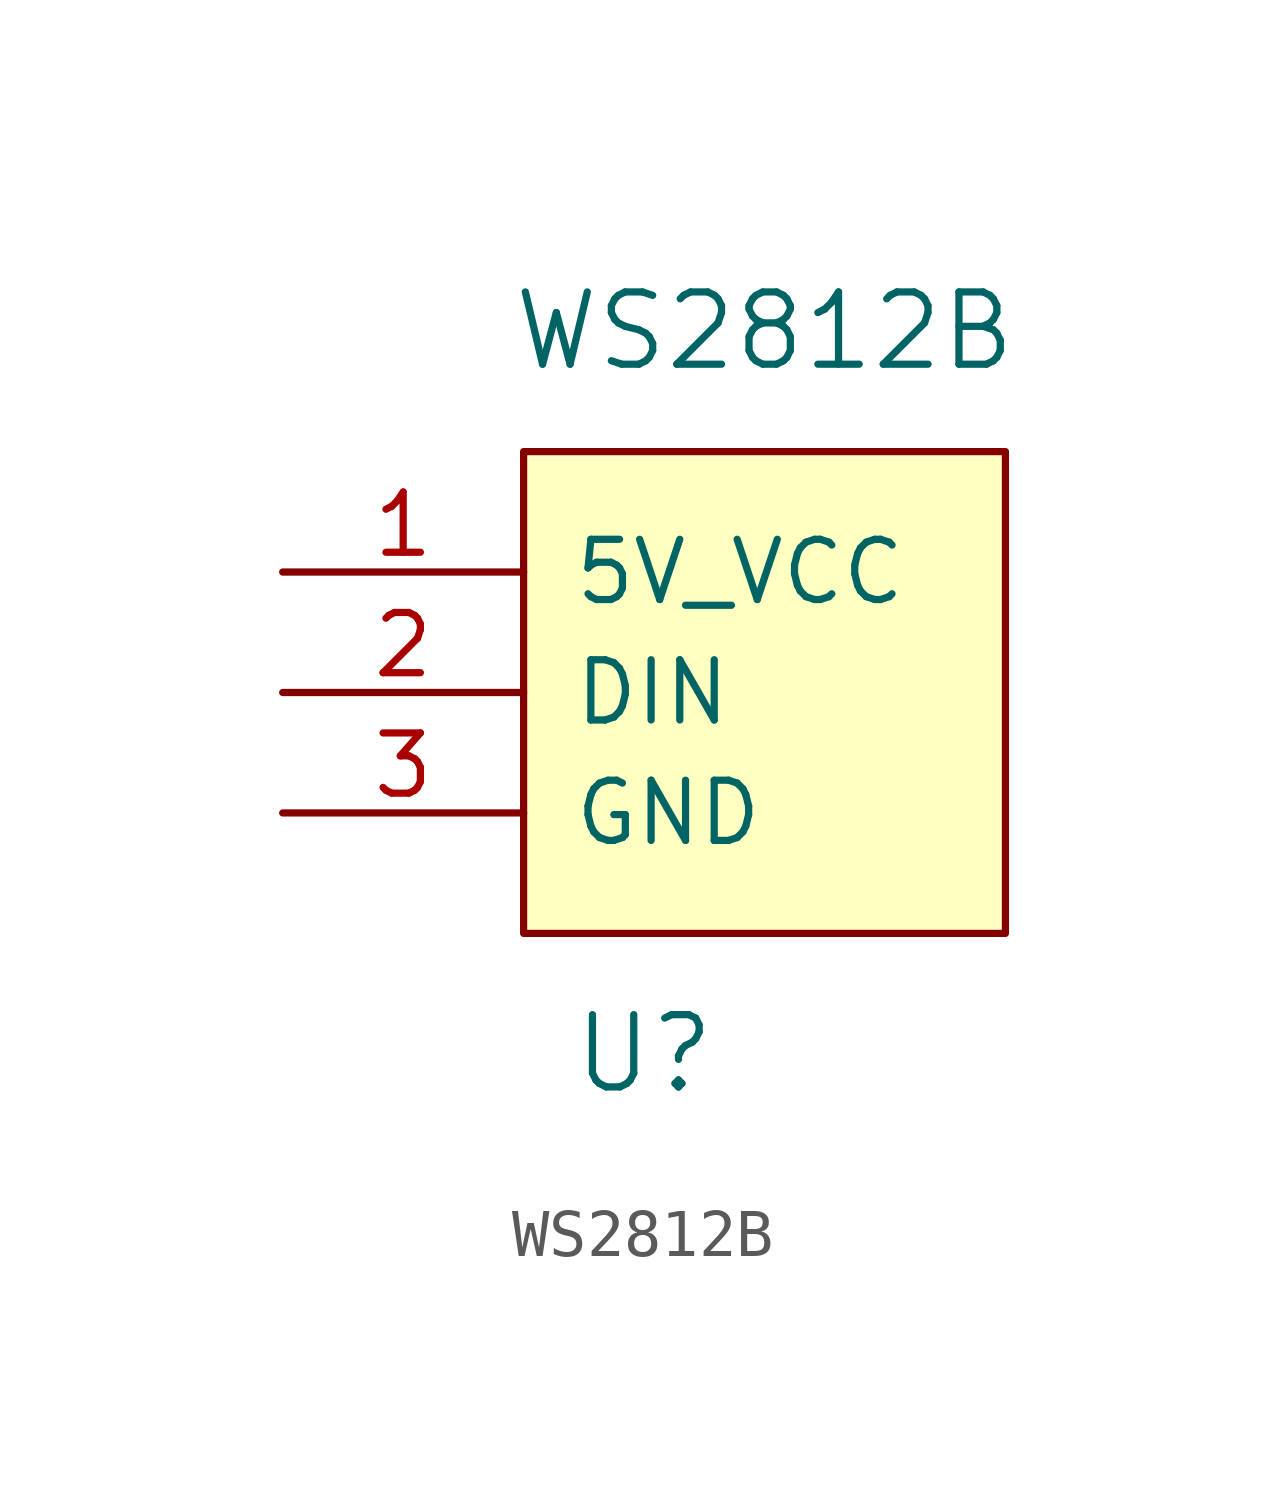
<source format=kicad_sym>
(kicad_symbol_lib
  (version 20231120)
  (generator "kicad_symbol_editor")
  (generator_version "8.0")
  (symbol "WS2812B"
    (pin_names
      (offset 1.016))
    (property "Reference" "U"
      (at -2.54 -7.62 0)
      (effects (font (size 1.524 1.524))))
    (property "Value" "WS2812B"
      (at 0 7.62 0)
      (effects (font (size 1.524 1.524))))
    (symbol "WS2812B_0_1"
      (rectangle (start -5.08 5.08) (end 5.08 -5.08) (stroke (width 0) (type solid)) (fill (type background))))
    (symbol "WS2812B_1_1"
      (pin power_in line (at -10.16 2.54 0) (length 5.08) (name "5V_VCC" (effects (font (size 1.27 1.27)))) (number "1" (effects (font (size 1.27 1.27)))))
      (pin input line (at -10.16 0 0) (length 5.08) (name "DIN" (effects (font (size 1.27 1.27)))) (number "2" (effects (font (size 1.27 1.27)))))
      (pin power_in line (at -10.16 -2.54 0) (length 5.08) (name "GND" (effects (font (size 1.27 1.27)))) (number "3" (effects (font (size 1.27 1.27))))))))
</source>
